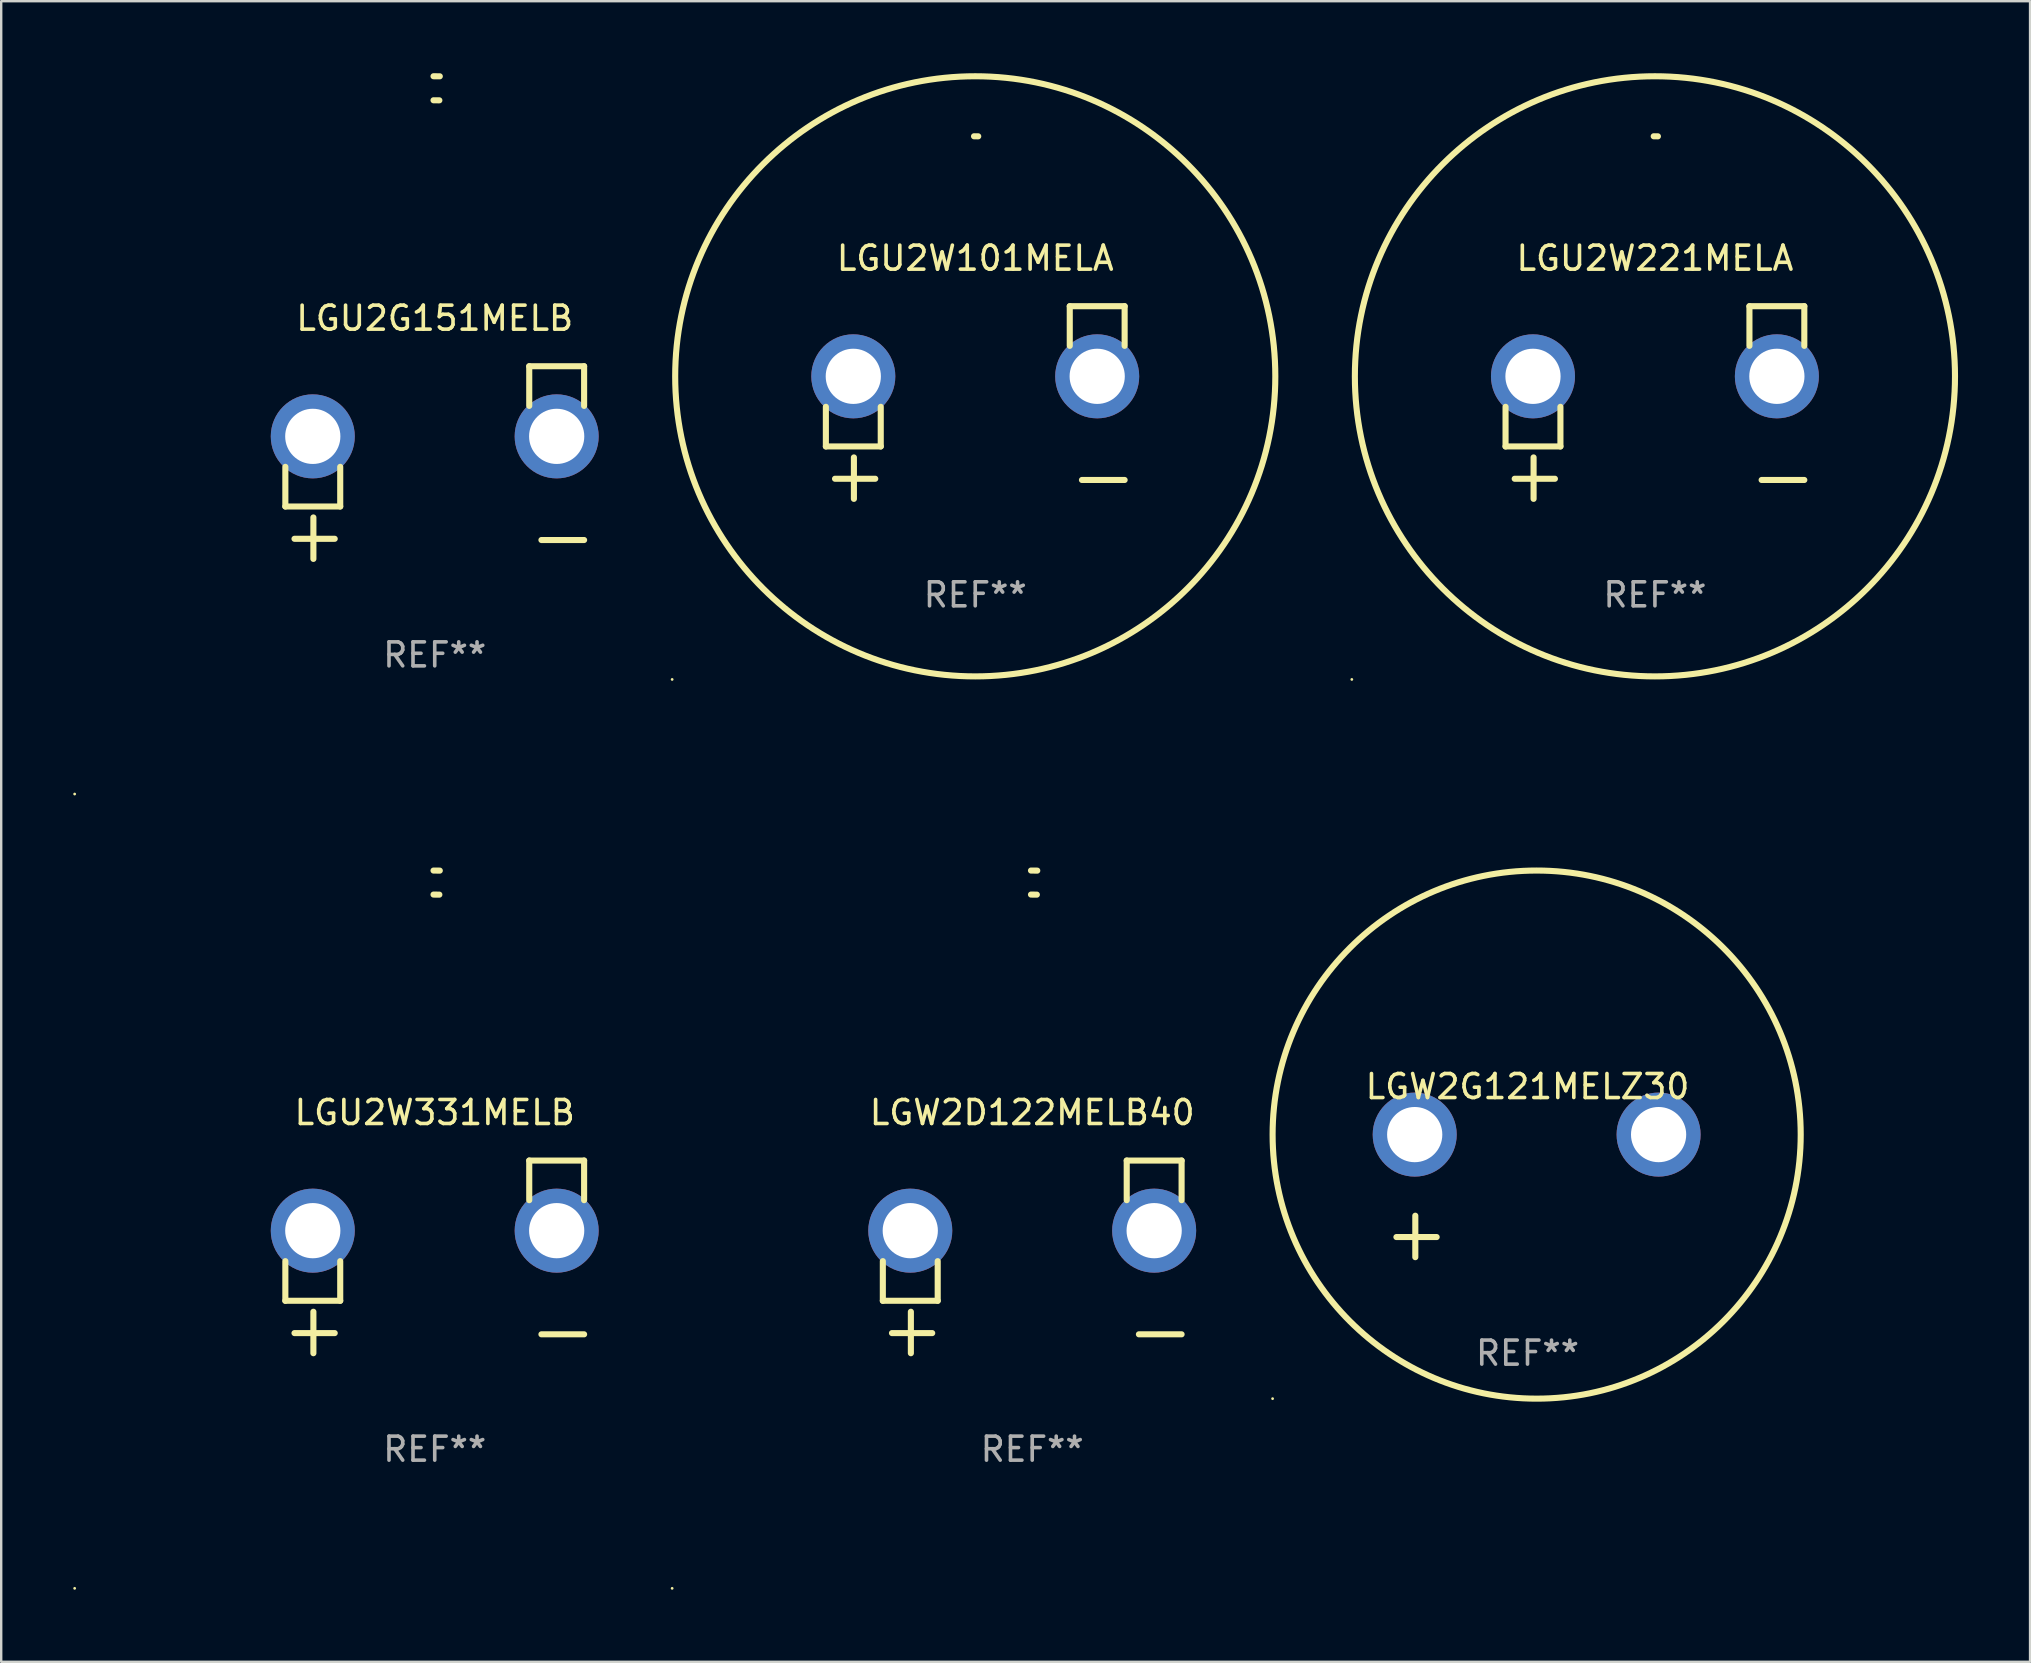
<source format=kicad_pcb>
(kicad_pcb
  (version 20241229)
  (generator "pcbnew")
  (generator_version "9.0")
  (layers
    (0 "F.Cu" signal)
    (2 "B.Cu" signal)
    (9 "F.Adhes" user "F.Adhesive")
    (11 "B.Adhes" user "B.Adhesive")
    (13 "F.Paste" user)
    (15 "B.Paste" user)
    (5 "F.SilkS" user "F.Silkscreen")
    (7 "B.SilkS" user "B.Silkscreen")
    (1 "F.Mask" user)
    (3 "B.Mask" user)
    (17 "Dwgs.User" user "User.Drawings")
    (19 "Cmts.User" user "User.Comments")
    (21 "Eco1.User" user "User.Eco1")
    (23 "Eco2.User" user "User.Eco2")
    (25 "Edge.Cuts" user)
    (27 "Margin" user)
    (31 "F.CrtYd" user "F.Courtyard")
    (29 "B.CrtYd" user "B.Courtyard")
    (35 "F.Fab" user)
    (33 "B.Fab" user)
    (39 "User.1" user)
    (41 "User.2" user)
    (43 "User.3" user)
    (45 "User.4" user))
  (footprint "LGU2W331MELB"
    (layer "F.Cu")
    (at 15.06 49.309)
    (property "Reference" "LGU2W331MELB" (at 0 -6.013 0) (layer "F.SilkS") (effects (font (size 1 1) (thickness 0.15))))
    (attr through_hole)
    (fp_line (start -6.223 0.178) (end -6.223 1.829) (stroke (width 0.254) (type solid)) (layer "F.SilkS"))
    (fp_line (start -6.223 1.829) (end -3.937 1.829) (stroke (width 0.254) (type solid)) (layer "F.SilkS"))
    (fp_line (start -5.055 4.013) (end -5.055 2.286) (stroke (width 0.254) (type solid)) (layer "F.SilkS"))
    (fp_line (start -4.166 3.175) (end -5.842 3.175) (stroke (width 0.254) (type solid)) (layer "F.SilkS"))
    (fp_line (start -3.937 1.829) (end -3.937 0.178) (stroke (width 0.254) (type solid)) (layer "F.SilkS"))
    (fp_line (start 3.937 -4.013) (end 3.937 -2.362) (stroke (width 0.254) (type solid)) (layer "F.SilkS"))
    (fp_line (start 6.223 -4.013) (end 3.937 -4.013) (stroke (width 0.254) (type solid)) (layer "F.SilkS"))
    (fp_line (start 6.223 -2.362) (end 6.223 -4.013) (stroke (width 0.254) (type solid)) (layer "F.SilkS"))
    (fp_line (start 6.223 3.226) (end 4.445 3.226) (stroke (width 0.254) (type solid)) (layer "F.SilkS"))
    (fp_arc (start -0.0508 -16.093472) (mid 0.080016 -16.092762) (end 0.210821 -16.090932) (stroke (width 0.254001) (type solid)) (layer "F.SilkS"))
    (fp_arc (start -0.0508 -15.09271) (mid 0.071125 -15.091961) (end 0.19304 -15.09017) (stroke (width 0.254001) (type solid)) (layer "F.SilkS"))
    (fp_circle (center -15 13.808) (end -14.97 13.808) (stroke (width 0.06) (type solid)) (fill no) (layer "F.SilkS"))
    (fp_text user "REF**" (at 0 8.013 0) (layer "F.Fab") (effects (font (size 1 1) (thickness 0.15))))
    (pad "1" thru_hole circle (at -5.08 -1.092) (size 3.5 3.5) (drill 2.3) (layers "*.Cu" "*.Mask"))
    (pad "2" thru_hole circle (at 5.08 -1.092) (size 3.5 3.5) (drill 2.3) (layers "*.Cu" "*.Mask")))
  (footprint "LGU2W101MELA"
    (layer "F.Cu")
    (at 37.577 13.719)
    (property "Reference" "LGU2W101MELA" (at 0 -6.013 0) (layer "F.SilkS") (effects (font (size 1 1) (thickness 0.15))))
    (attr through_hole)
    (fp_line (start -6.223 0.178) (end -6.223 1.829) (stroke (width 0.254) (type solid)) (layer "F.SilkS"))
    (fp_line (start -6.223 1.829) (end -3.937 1.829) (stroke (width 0.254) (type solid)) (layer "F.SilkS"))
    (fp_line (start -5.055 4.013) (end -5.055 2.286) (stroke (width 0.254) (type solid)) (layer "F.SilkS"))
    (fp_line (start -4.166 3.175) (end -5.842 3.175) (stroke (width 0.254) (type solid)) (layer "F.SilkS"))
    (fp_line (start -3.937 1.829) (end -3.937 0.178) (stroke (width 0.254) (type solid)) (layer "F.SilkS"))
    (fp_line (start 3.937 -4.013) (end 3.937 -2.362) (stroke (width 0.254) (type solid)) (layer "F.SilkS"))
    (fp_line (start 6.223 -4.013) (end 3.937 -4.013) (stroke (width 0.254) (type solid)) (layer "F.SilkS"))
    (fp_line (start 6.223 -2.362) (end 6.223 -4.013) (stroke (width 0.254) (type solid)) (layer "F.SilkS"))
    (fp_line (start 6.223 3.226) (end 4.445 3.226) (stroke (width 0.254) (type solid)) (layer "F.SilkS"))
    (fp_arc (start -0.0508 -11.092202) (mid 0.036835 -11.091307) (end 0.12446 -11.089662) (stroke (width 0.254001) (type solid)) (layer "F.SilkS"))
    (fp_circle (center -12.627 11.535) (end -12.597 11.535) (stroke (width 0.06) (type solid)) (fill no) (layer "F.SilkS"))
    (fp_circle (center 0 -1.092) (end 12.5 -1.092) (stroke (width 0.254) (type solid)) (fill no) (layer "F.SilkS"))
    (fp_text user "REF**" (at 0 8.013 0) (layer "F.Fab") (effects (font (size 1 1) (thickness 0.15))))
    (pad "1" thru_hole circle (at -5.08 -1.092) (size 3.5 3.5) (drill 2.3) (layers "*.Cu" "*.Mask"))
    (pad "2" thru_hole circle (at 5.08 -1.092) (size 3.5 3.5) (drill 2.3) (layers "*.Cu" "*.Mask")))
  (footprint "LGW2G121MELZ30"
    (layer "F.Cu")
    (at 60.583 46.768)
    (property "Reference" "LGW2G121MELZ30" (at 0 -4.553 0) (layer "F.SilkS") (effects (font (size 1 1) (thickness 0.15))))
    (attr through_hole)
    (fp_line (start -4.674 2.553) (end -4.674 0.826) (stroke (width 0.254) (type solid)) (layer "F.SilkS"))
    (fp_line (start -3.785 1.715) (end -5.461 1.715) (stroke (width 0.254) (type solid)) (layer "F.SilkS"))
    (fp_circle (center -10.619 8.447) (end -10.589 8.447) (stroke (width 0.06) (type solid)) (fill no) (layer "F.SilkS"))
    (fp_circle (center 0.381 -2.553) (end 11.381 -2.553) (stroke (width 0.254) (type solid)) (fill no) (layer "F.SilkS"))
    (fp_text user "REF**" (at 0 6.553 0) (layer "F.Fab") (effects (font (size 1 1) (thickness 0.15))))
    (pad "1" thru_hole circle (at -4.699 -2.553) (size 3.5 3.5) (drill 2.3) (layers "*.Cu" "*.Mask"))
    (pad "2" thru_hole circle (at 5.461 -2.553) (size 3.5 3.5) (drill 2.3) (layers "*.Cu" "*.Mask")))
  (footprint "LGU2W221MELA"
    (layer "F.Cu")
    (at 65.891 13.719)
    (property "Reference" "LGU2W221MELA" (at 0 -6.013 0) (layer "F.SilkS") (effects (font (size 1 1) (thickness 0.15))))
    (attr through_hole)
    (fp_line (start -6.223 0.178) (end -6.223 1.829) (stroke (width 0.254) (type solid)) (layer "F.SilkS"))
    (fp_line (start -6.223 1.829) (end -3.937 1.829) (stroke (width 0.254) (type solid)) (layer "F.SilkS"))
    (fp_line (start -5.055 4.013) (end -5.055 2.286) (stroke (width 0.254) (type solid)) (layer "F.SilkS"))
    (fp_line (start -4.166 3.175) (end -5.842 3.175) (stroke (width 0.254) (type solid)) (layer "F.SilkS"))
    (fp_line (start -3.937 1.829) (end -3.937 0.178) (stroke (width 0.254) (type solid)) (layer "F.SilkS"))
    (fp_line (start 3.937 -4.013) (end 3.937 -2.362) (stroke (width 0.254) (type solid)) (layer "F.SilkS"))
    (fp_line (start 6.223 -4.013) (end 3.937 -4.013) (stroke (width 0.254) (type solid)) (layer "F.SilkS"))
    (fp_line (start 6.223 -2.362) (end 6.223 -4.013) (stroke (width 0.254) (type solid)) (layer "F.SilkS"))
    (fp_line (start 6.223 3.226) (end 4.445 3.226) (stroke (width 0.254) (type solid)) (layer "F.SilkS"))
    (fp_arc (start -0.0508 -11.092202) (mid 0.036835 -11.091307) (end 0.12446 -11.089662) (stroke (width 0.254001) (type solid)) (layer "F.SilkS"))
    (fp_circle (center -12.627 11.535) (end -12.597 11.535) (stroke (width 0.06) (type solid)) (fill no) (layer "F.SilkS"))
    (fp_circle (center 0 -1.092) (end 12.5 -1.092) (stroke (width 0.254) (type solid)) (fill no) (layer "F.SilkS"))
    (fp_text user "REF**" (at 0 8.013 0) (layer "F.Fab") (effects (font (size 1 1) (thickness 0.15))))
    (pad "1" thru_hole circle (at -5.08 -1.092) (size 3.5 3.5) (drill 2.3) (layers "*.Cu" "*.Mask"))
    (pad "2" thru_hole circle (at 5.08 -1.092) (size 3.5 3.5) (drill 2.3) (layers "*.Cu" "*.Mask")))
  (footprint "LGW2D122MELB40"
    (layer "F.Cu")
    (at 39.95 49.309)
    (property "Reference" "LGW2D122MELB40" (at 0 -6.013 0) (layer "F.SilkS") (effects (font (size 1 1) (thickness 0.15))))
    (attr through_hole)
    (fp_line (start -6.223 0.178) (end -6.223 1.829) (stroke (width 0.254) (type solid)) (layer "F.SilkS"))
    (fp_line (start -6.223 1.829) (end -3.937 1.829) (stroke (width 0.254) (type solid)) (layer "F.SilkS"))
    (fp_line (start -5.055 4.013) (end -5.055 2.286) (stroke (width 0.254) (type solid)) (layer "F.SilkS"))
    (fp_line (start -4.166 3.175) (end -5.842 3.175) (stroke (width 0.254) (type solid)) (layer "F.SilkS"))
    (fp_line (start -3.937 1.829) (end -3.937 0.178) (stroke (width 0.254) (type solid)) (layer "F.SilkS"))
    (fp_line (start 3.937 -4.013) (end 3.937 -2.362) (stroke (width 0.254) (type solid)) (layer "F.SilkS"))
    (fp_line (start 6.223 -4.013) (end 3.937 -4.013) (stroke (width 0.254) (type solid)) (layer "F.SilkS"))
    (fp_line (start 6.223 -2.362) (end 6.223 -4.013) (stroke (width 0.254) (type solid)) (layer "F.SilkS"))
    (fp_line (start 6.223 3.226) (end 4.445 3.226) (stroke (width 0.254) (type solid)) (layer "F.SilkS"))
    (fp_arc (start -0.0508 -16.093472) (mid 0.080016 -16.092762) (end 0.210821 -16.090932) (stroke (width 0.254001) (type solid)) (layer "F.SilkS"))
    (fp_arc (start -0.0508 -15.09271) (mid 0.071125 -15.091961) (end 0.19304 -15.09017) (stroke (width 0.254001) (type solid)) (layer "F.SilkS"))
    (fp_circle (center -15 13.808) (end -14.97 13.808) (stroke (width 0.06) (type solid)) (fill no) (layer "F.SilkS"))
    (fp_text user "REF**" (at 0 8.013 0) (layer "F.Fab") (effects (font (size 1 1) (thickness 0.15))))
    (pad "1" thru_hole circle (at -5.08 -1.092) (size 3.5 3.5) (drill 2.3) (layers "*.Cu" "*.Mask"))
    (pad "2" thru_hole circle (at 5.08 -1.092) (size 3.5 3.5) (drill 2.3) (layers "*.Cu" "*.Mask")))
  (footprint "LGU2G151MELB"
    (layer "F.Cu")
    (at 15.06 16.22)
    (property "Reference" "LGU2G151MELB" (at 0 -6.013 0) (layer "F.SilkS") (effects (font (size 1 1) (thickness 0.15))))
    (attr through_hole)
    (fp_line (start -6.223 0.178) (end -6.223 1.829) (stroke (width 0.254) (type solid)) (layer "F.SilkS"))
    (fp_line (start -6.223 1.829) (end -3.937 1.829) (stroke (width 0.254) (type solid)) (layer "F.SilkS"))
    (fp_line (start -5.055 4.013) (end -5.055 2.286) (stroke (width 0.254) (type solid)) (layer "F.SilkS"))
    (fp_line (start -4.166 3.175) (end -5.842 3.175) (stroke (width 0.254) (type solid)) (layer "F.SilkS"))
    (fp_line (start -3.937 1.829) (end -3.937 0.178) (stroke (width 0.254) (type solid)) (layer "F.SilkS"))
    (fp_line (start 3.937 -4.013) (end 3.937 -2.362) (stroke (width 0.254) (type solid)) (layer "F.SilkS"))
    (fp_line (start 6.223 -4.013) (end 3.937 -4.013) (stroke (width 0.254) (type solid)) (layer "F.SilkS"))
    (fp_line (start 6.223 -2.362) (end 6.223 -4.013) (stroke (width 0.254) (type solid)) (layer "F.SilkS"))
    (fp_line (start 6.223 3.226) (end 4.445 3.226) (stroke (width 0.254) (type solid)) (layer "F.SilkS"))
    (fp_arc (start -0.0508 -16.093472) (mid 0.080016 -16.092762) (end 0.210821 -16.090932) (stroke (width 0.254001) (type solid)) (layer "F.SilkS"))
    (fp_arc (start -0.0508 -15.09271) (mid 0.071125 -15.091961) (end 0.19304 -15.09017) (stroke (width 0.254001) (type solid)) (layer "F.SilkS"))
    (fp_circle (center -15 13.808) (end -14.97 13.808) (stroke (width 0.06) (type solid)) (fill no) (layer "F.SilkS"))
    (fp_text user "REF**" (at 0 8.013 0) (layer "F.Fab") (effects (font (size 1 1) (thickness 0.15))))
    (pad "1" thru_hole circle (at -5.08 -1.092) (size 3.5 3.5) (drill 2.3) (layers "*.Cu" "*.Mask"))
    (pad "2" thru_hole circle (at 5.08 -1.092) (size 3.5 3.5) (drill 2.3) (layers "*.Cu" "*.Mask")))
  (gr_rect
    (start -3 -3)
    (end 81.518 66.177)
    (stroke (width 0.1) (type default))
    (fill no)
    (layer "Edge.Cuts")))
</source>
